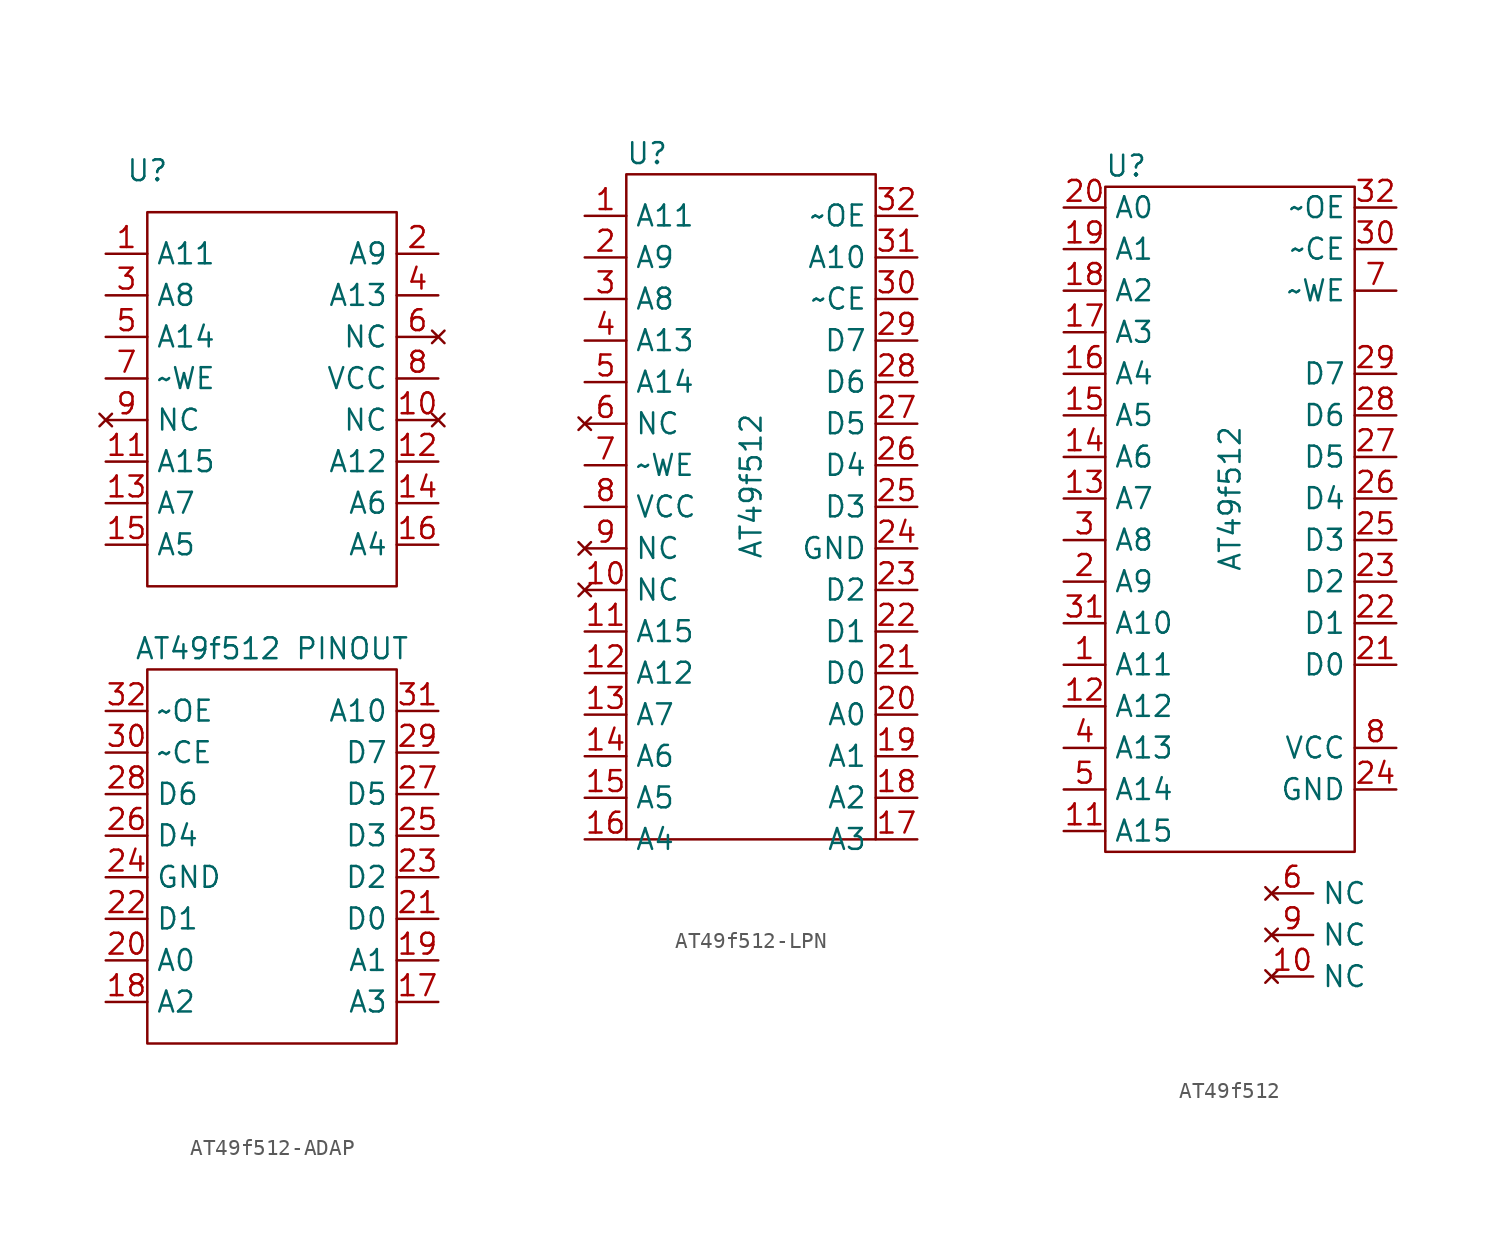
<source format=kicad_sym>
(kicad_symbol_lib
  (version 20220914)
  (generator kicad_symbol_editor)
  (symbol "AT49f512-ADAP"
    (property "Reference" "U"
      (at -29.21 13.97 0)
      (effects (font (size 1.27 1.27))))
    (property "Value" "AT49f512 PINOUT"
      (at -21.59 -15.24 0)
      (effects (font (size 1.27 1.27))))
    (symbol "AT49f512-ADAP_0_1"
      (rectangle (start -29.21 -16.51) (end -13.97 -39.37) (stroke (width 0) (type default)) (fill (type none)))
      (rectangle (start -29.21 11.43) (end -13.97 -11.43) (stroke (width 0) (type default)) (fill (type none))))
    (symbol "AT49f512-ADAP_1_1"
      (pin input line (at -31.75 8.89 0) (length 2.54) (name "A11" (effects (font (size 1.27 1.27)))) (number "1" (effects (font (size 1.27 1.27)))))
      (pin no_connect line (at -11.43 -1.27 180) (length 2.54) (name "NC" (effects (font (size 1.27 1.27)))) (number "10" (effects (font (size 1.27 1.27)))))
      (pin input line (at -31.75 -3.81 0) (length 2.54) (name "A15" (effects (font (size 1.27 1.27)))) (number "11" (effects (font (size 1.27 1.27)))))
      (pin input line (at -11.43 -3.81 180) (length 2.54) (name "A12" (effects (font (size 1.27 1.27)))) (number "12" (effects (font (size 1.27 1.27)))))
      (pin input line (at -31.75 -6.35 0) (length 2.54) (name "A7" (effects (font (size 1.27 1.27)))) (number "13" (effects (font (size 1.27 1.27)))))
      (pin input line (at -11.43 -6.35 180) (length 2.54) (name "A6" (effects (font (size 1.27 1.27)))) (number "14" (effects (font (size 1.27 1.27)))))
      (pin input line (at -31.75 -8.89 0) (length 2.54) (name "A5" (effects (font (size 1.27 1.27)))) (number "15" (effects (font (size 1.27 1.27)))))
      (pin input line (at -11.43 -8.89 180) (length 2.54) (name "A4" (effects (font (size 1.27 1.27)))) (number "16" (effects (font (size 1.27 1.27)))))
      (pin input line (at -11.43 -36.83 180) (length 2.54) (name "A3" (effects (font (size 1.27 1.27)))) (number "17" (effects (font (size 1.27 1.27)))))
      (pin input line (at -31.75 -36.83 0) (length 2.54) (name "A2" (effects (font (size 1.27 1.27)))) (number "18" (effects (font (size 1.27 1.27)))))
      (pin input line (at -11.43 -34.29 180) (length 2.54) (name "A1" (effects (font (size 1.27 1.27)))) (number "19" (effects (font (size 1.27 1.27)))))
      (pin input line (at -11.43 8.89 180) (length 2.54) (name "A9" (effects (font (size 1.27 1.27)))) (number "2" (effects (font (size 1.27 1.27)))))
      (pin input line (at -31.75 -34.29 0) (length 2.54) (name "A0" (effects (font (size 1.27 1.27)))) (number "20" (effects (font (size 1.27 1.27)))))
      (pin bidirectional line (at -11.43 -31.75 180) (length 2.54) (name "D0" (effects (font (size 1.27 1.27)))) (number "21" (effects (font (size 1.27 1.27)))))
      (pin bidirectional line (at -31.75 -31.75 0) (length 2.54) (name "D1" (effects (font (size 1.27 1.27)))) (number "22" (effects (font (size 1.27 1.27)))))
      (pin bidirectional line (at -11.43 -29.21 180) (length 2.54) (name "D2" (effects (font (size 1.27 1.27)))) (number "23" (effects (font (size 1.27 1.27)))))
      (pin power_in line (at -31.75 -29.21 0) (length 2.54) (name "GND" (effects (font (size 1.27 1.27)))) (number "24" (effects (font (size 1.27 1.27)))))
      (pin bidirectional line (at -11.43 -26.67 180) (length 2.54) (name "D3" (effects (font (size 1.27 1.27)))) (number "25" (effects (font (size 1.27 1.27)))))
      (pin bidirectional line (at -31.75 -26.67 0) (length 2.54) (name "D4" (effects (font (size 1.27 1.27)))) (number "26" (effects (font (size 1.27 1.27)))))
      (pin bidirectional line (at -11.43 -24.13 180) (length 2.54) (name "D5" (effects (font (size 1.27 1.27)))) (number "27" (effects (font (size 1.27 1.27)))))
      (pin bidirectional line (at -31.75 -24.13 0) (length 2.54) (name "D6" (effects (font (size 1.27 1.27)))) (number "28" (effects (font (size 1.27 1.27)))))
      (pin bidirectional line (at -11.43 -21.59 180) (length 2.54) (name "D7" (effects (font (size 1.27 1.27)))) (number "29" (effects (font (size 1.27 1.27)))))
      (pin input line (at -31.75 6.35 0) (length 2.54) (name "A8" (effects (font (size 1.27 1.27)))) (number "3" (effects (font (size 1.27 1.27)))))
      (pin input line (at -31.75 -21.59 0) (length 2.54) (name "~CE" (effects (font (size 1.27 1.27)))) (number "30" (effects (font (size 1.27 1.27)))))
      (pin input line (at -11.43 -19.05 180) (length 2.54) (name "A10" (effects (font (size 1.27 1.27)))) (number "31" (effects (font (size 1.27 1.27)))))
      (pin input line (at -31.75 -19.05 0) (length 2.54) (name "~OE" (effects (font (size 1.27 1.27)))) (number "32" (effects (font (size 1.27 1.27)))))
      (pin input line (at -11.43 6.35 180) (length 2.54) (name "A13" (effects (font (size 1.27 1.27)))) (number "4" (effects (font (size 1.27 1.27)))))
      (pin input line (at -31.75 3.81 0) (length 2.54) (name "A14" (effects (font (size 1.27 1.27)))) (number "5" (effects (font (size 1.27 1.27)))))
      (pin no_connect line (at -11.43 3.81 180) (length 2.54) (name "NC" (effects (font (size 1.27 1.27)))) (number "6" (effects (font (size 1.27 1.27)))))
      (pin input line (at -31.75 1.27 0) (length 2.54) (name "~WE" (effects (font (size 1.27 1.27)))) (number "7" (effects (font (size 1.27 1.27)))))
      (pin power_in line (at -11.43 1.27 180) (length 2.54) (name "VCC" (effects (font (size 1.27 1.27)))) (number "8" (effects (font (size 1.27 1.27)))))
      (pin no_connect line (at -31.75 -1.27 0) (length 2.54) (name "NC" (effects (font (size 1.27 1.27)))) (number "9" (effects (font (size 1.27 1.27)))))))
  (symbol "AT49f512-LPN"
    (property "Reference" "U"
      (at -6.35 1.27 0)
      (effects (font (size 1.27 1.27))))
    (property "Value" "AT49f512"
      (at 0 -19.05 90)
      (effects (font (size 1.27 1.27))))
    (symbol "AT49f512-LPN_0_1"
      (rectangle (start -7.62 0) (end 7.62 -40.64) (stroke (width 0) (type default)) (fill (type none))))
    (symbol "AT49f512-LPN_1_1"
      (pin input line (at -10.16 -2.54 0) (length 2.54) (name "A11" (effects (font (size 1.27 1.27)))) (number "1" (effects (font (size 1.27 1.27)))))
      (pin no_connect line (at -10.16 -25.4 0) (length 2.54) (name "NC" (effects (font (size 1.27 1.27)))) (number "10" (effects (font (size 1.27 1.27)))))
      (pin input line (at -10.16 -27.94 0) (length 2.54) (name "A15" (effects (font (size 1.27 1.27)))) (number "11" (effects (font (size 1.27 1.27)))))
      (pin input line (at -10.16 -30.48 0) (length 2.54) (name "A12" (effects (font (size 1.27 1.27)))) (number "12" (effects (font (size 1.27 1.27)))))
      (pin input line (at -10.16 -33.02 0) (length 2.54) (name "A7" (effects (font (size 1.27 1.27)))) (number "13" (effects (font (size 1.27 1.27)))))
      (pin input line (at -10.16 -35.56 0) (length 2.54) (name "A6" (effects (font (size 1.27 1.27)))) (number "14" (effects (font (size 1.27 1.27)))))
      (pin input line (at -10.16 -38.1 0) (length 2.54) (name "A5" (effects (font (size 1.27 1.27)))) (number "15" (effects (font (size 1.27 1.27)))))
      (pin input line (at -10.16 -40.64 0) (length 2.54) (name "A4" (effects (font (size 1.27 1.27)))) (number "16" (effects (font (size 1.27 1.27)))))
      (pin input line (at 10.16 -40.64 180) (length 2.54) (name "A3" (effects (font (size 1.27 1.27)))) (number "17" (effects (font (size 1.27 1.27)))))
      (pin input line (at 10.16 -38.1 180) (length 2.54) (name "A2" (effects (font (size 1.27 1.27)))) (number "18" (effects (font (size 1.27 1.27)))))
      (pin input line (at 10.16 -35.56 180) (length 2.54) (name "A1" (effects (font (size 1.27 1.27)))) (number "19" (effects (font (size 1.27 1.27)))))
      (pin input line (at -10.16 -5.08 0) (length 2.54) (name "A9" (effects (font (size 1.27 1.27)))) (number "2" (effects (font (size 1.27 1.27)))))
      (pin input line (at 10.16 -33.02 180) (length 2.54) (name "A0" (effects (font (size 1.27 1.27)))) (number "20" (effects (font (size 1.27 1.27)))))
      (pin bidirectional line (at 10.16 -30.48 180) (length 2.54) (name "D0" (effects (font (size 1.27 1.27)))) (number "21" (effects (font (size 1.27 1.27)))))
      (pin bidirectional line (at 10.16 -27.94 180) (length 2.54) (name "D1" (effects (font (size 1.27 1.27)))) (number "22" (effects (font (size 1.27 1.27)))))
      (pin bidirectional line (at 10.16 -25.4 180) (length 2.54) (name "D2" (effects (font (size 1.27 1.27)))) (number "23" (effects (font (size 1.27 1.27)))))
      (pin power_in line (at 10.16 -22.86 180) (length 2.54) (name "GND" (effects (font (size 1.27 1.27)))) (number "24" (effects (font (size 1.27 1.27)))))
      (pin bidirectional line (at 10.16 -20.32 180) (length 2.54) (name "D3" (effects (font (size 1.27 1.27)))) (number "25" (effects (font (size 1.27 1.27)))))
      (pin bidirectional line (at 10.16 -17.78 180) (length 2.54) (name "D4" (effects (font (size 1.27 1.27)))) (number "26" (effects (font (size 1.27 1.27)))))
      (pin bidirectional line (at 10.16 -15.24 180) (length 2.54) (name "D5" (effects (font (size 1.27 1.27)))) (number "27" (effects (font (size 1.27 1.27)))))
      (pin bidirectional line (at 10.16 -12.7 180) (length 2.54) (name "D6" (effects (font (size 1.27 1.27)))) (number "28" (effects (font (size 1.27 1.27)))))
      (pin bidirectional line (at 10.16 -10.16 180) (length 2.54) (name "D7" (effects (font (size 1.27 1.27)))) (number "29" (effects (font (size 1.27 1.27)))))
      (pin input line (at -10.16 -7.62 0) (length 2.54) (name "A8" (effects (font (size 1.27 1.27)))) (number "3" (effects (font (size 1.27 1.27)))))
      (pin input line (at 10.16 -7.62 180) (length 2.54) (name "~CE" (effects (font (size 1.27 1.27)))) (number "30" (effects (font (size 1.27 1.27)))))
      (pin input line (at 10.16 -5.08 180) (length 2.54) (name "A10" (effects (font (size 1.27 1.27)))) (number "31" (effects (font (size 1.27 1.27)))))
      (pin input line (at 10.16 -2.54 180) (length 2.54) (name "~OE" (effects (font (size 1.27 1.27)))) (number "32" (effects (font (size 1.27 1.27)))))
      (pin input line (at -10.16 -10.16 0) (length 2.54) (name "A13" (effects (font (size 1.27 1.27)))) (number "4" (effects (font (size 1.27 1.27)))))
      (pin input line (at -10.16 -12.7 0) (length 2.54) (name "A14" (effects (font (size 1.27 1.27)))) (number "5" (effects (font (size 1.27 1.27)))))
      (pin no_connect line (at -10.16 -15.24 0) (length 2.54) (name "NC" (effects (font (size 1.27 1.27)))) (number "6" (effects (font (size 1.27 1.27)))))
      (pin input line (at -10.16 -17.78 0) (length 2.54) (name "~WE" (effects (font (size 1.27 1.27)))) (number "7" (effects (font (size 1.27 1.27)))))
      (pin power_in line (at -10.16 -20.32 0) (length 2.54) (name "VCC" (effects (font (size 1.27 1.27)))) (number "8" (effects (font (size 1.27 1.27)))))
      (pin no_connect line (at -10.16 -22.86 0) (length 2.54) (name "NC" (effects (font (size 1.27 1.27)))) (number "9" (effects (font (size 1.27 1.27)))))))
  (symbol "AT49f512"
    (property "Reference" "U"
      (at -6.35 1.27 0)
      (effects (font (size 1.27 1.27))))
    (property "Value" "AT49f512"
      (at 0 -19.05 90)
      (effects (font (size 1.27 1.27))))
    (symbol "AT49f512_0_1"
      (rectangle (start -7.62 0) (end 7.62 -40.64) (stroke (width 0) (type default)) (fill (type none))))
    (symbol "AT49f512_1_1"
      (pin input line (at -10.16 -29.21 0) (length 2.54) (name "A11" (effects (font (size 1.27 1.27)))) (number "1" (effects (font (size 1.27 1.27)))))
      (pin no_connect line (at 2.54 -48.26 0) (length 2.54) (name "NC" (effects (font (size 1.27 1.27)))) (number "10" (effects (font (size 1.27 1.27)))))
      (pin input line (at -10.16 -39.37 0) (length 2.54) (name "A15" (effects (font (size 1.27 1.27)))) (number "11" (effects (font (size 1.27 1.27)))))
      (pin input line (at -10.16 -31.75 0) (length 2.54) (name "A12" (effects (font (size 1.27 1.27)))) (number "12" (effects (font (size 1.27 1.27)))))
      (pin input line (at -10.16 -19.05 0) (length 2.54) (name "A7" (effects (font (size 1.27 1.27)))) (number "13" (effects (font (size 1.27 1.27)))))
      (pin input line (at -10.16 -16.51 0) (length 2.54) (name "A6" (effects (font (size 1.27 1.27)))) (number "14" (effects (font (size 1.27 1.27)))))
      (pin input line (at -10.16 -13.97 0) (length 2.54) (name "A5" (effects (font (size 1.27 1.27)))) (number "15" (effects (font (size 1.27 1.27)))))
      (pin input line (at -10.16 -11.43 0) (length 2.54) (name "A4" (effects (font (size 1.27 1.27)))) (number "16" (effects (font (size 1.27 1.27)))))
      (pin input line (at -10.16 -8.89 0) (length 2.54) (name "A3" (effects (font (size 1.27 1.27)))) (number "17" (effects (font (size 1.27 1.27)))))
      (pin input line (at -10.16 -6.35 0) (length 2.54) (name "A2" (effects (font (size 1.27 1.27)))) (number "18" (effects (font (size 1.27 1.27)))))
      (pin input line (at -10.16 -3.81 0) (length 2.54) (name "A1" (effects (font (size 1.27 1.27)))) (number "19" (effects (font (size 1.27 1.27)))))
      (pin input line (at -10.16 -24.13 0) (length 2.54) (name "A9" (effects (font (size 1.27 1.27)))) (number "2" (effects (font (size 1.27 1.27)))))
      (pin input line (at -10.16 -1.27 0) (length 2.54) (name "A0" (effects (font (size 1.27 1.27)))) (number "20" (effects (font (size 1.27 1.27)))))
      (pin bidirectional line (at 10.16 -29.21 180) (length 2.54) (name "D0" (effects (font (size 1.27 1.27)))) (number "21" (effects (font (size 1.27 1.27)))))
      (pin bidirectional line (at 10.16 -26.67 180) (length 2.54) (name "D1" (effects (font (size 1.27 1.27)))) (number "22" (effects (font (size 1.27 1.27)))))
      (pin bidirectional line (at 10.16 -24.13 180) (length 2.54) (name "D2" (effects (font (size 1.27 1.27)))) (number "23" (effects (font (size 1.27 1.27)))))
      (pin power_in line (at 10.16 -36.83 180) (length 2.54) (name "GND" (effects (font (size 1.27 1.27)))) (number "24" (effects (font (size 1.27 1.27)))))
      (pin bidirectional line (at 10.16 -21.59 180) (length 2.54) (name "D3" (effects (font (size 1.27 1.27)))) (number "25" (effects (font (size 1.27 1.27)))))
      (pin bidirectional line (at 10.16 -19.05 180) (length 2.54) (name "D4" (effects (font (size 1.27 1.27)))) (number "26" (effects (font (size 1.27 1.27)))))
      (pin bidirectional line (at 10.16 -16.51 180) (length 2.54) (name "D5" (effects (font (size 1.27 1.27)))) (number "27" (effects (font (size 1.27 1.27)))))
      (pin bidirectional line (at 10.16 -13.97 180) (length 2.54) (name "D6" (effects (font (size 1.27 1.27)))) (number "28" (effects (font (size 1.27 1.27)))))
      (pin bidirectional line (at 10.16 -11.43 180) (length 2.54) (name "D7" (effects (font (size 1.27 1.27)))) (number "29" (effects (font (size 1.27 1.27)))))
      (pin input line (at -10.16 -21.59 0) (length 2.54) (name "A8" (effects (font (size 1.27 1.27)))) (number "3" (effects (font (size 1.27 1.27)))))
      (pin input line (at 10.16 -3.81 180) (length 2.54) (name "~CE" (effects (font (size 1.27 1.27)))) (number "30" (effects (font (size 1.27 1.27)))))
      (pin input line (at -10.16 -26.67 0) (length 2.54) (name "A10" (effects (font (size 1.27 1.27)))) (number "31" (effects (font (size 1.27 1.27)))))
      (pin input line (at 10.16 -1.27 180) (length 2.54) (name "~OE" (effects (font (size 1.27 1.27)))) (number "32" (effects (font (size 1.27 1.27)))))
      (pin input line (at -10.16 -34.29 0) (length 2.54) (name "A13" (effects (font (size 1.27 1.27)))) (number "4" (effects (font (size 1.27 1.27)))))
      (pin input line (at -10.16 -36.83 0) (length 2.54) (name "A14" (effects (font (size 1.27 1.27)))) (number "5" (effects (font (size 1.27 1.27)))))
      (pin no_connect line (at 2.54 -43.18 0) (length 2.54) (name "NC" (effects (font (size 1.27 1.27)))) (number "6" (effects (font (size 1.27 1.27)))))
      (pin input line (at 10.16 -6.35 180) (length 2.54) (name "~WE" (effects (font (size 1.27 1.27)))) (number "7" (effects (font (size 1.27 1.27)))))
      (pin power_in line (at 10.16 -34.29 180) (length 2.54) (name "VCC" (effects (font (size 1.27 1.27)))) (number "8" (effects (font (size 1.27 1.27)))))
      (pin no_connect line (at 2.54 -45.72 0) (length 2.54) (name "NC" (effects (font (size 1.27 1.27)))) (number "9" (effects (font (size 1.27 1.27))))))))
</source>
